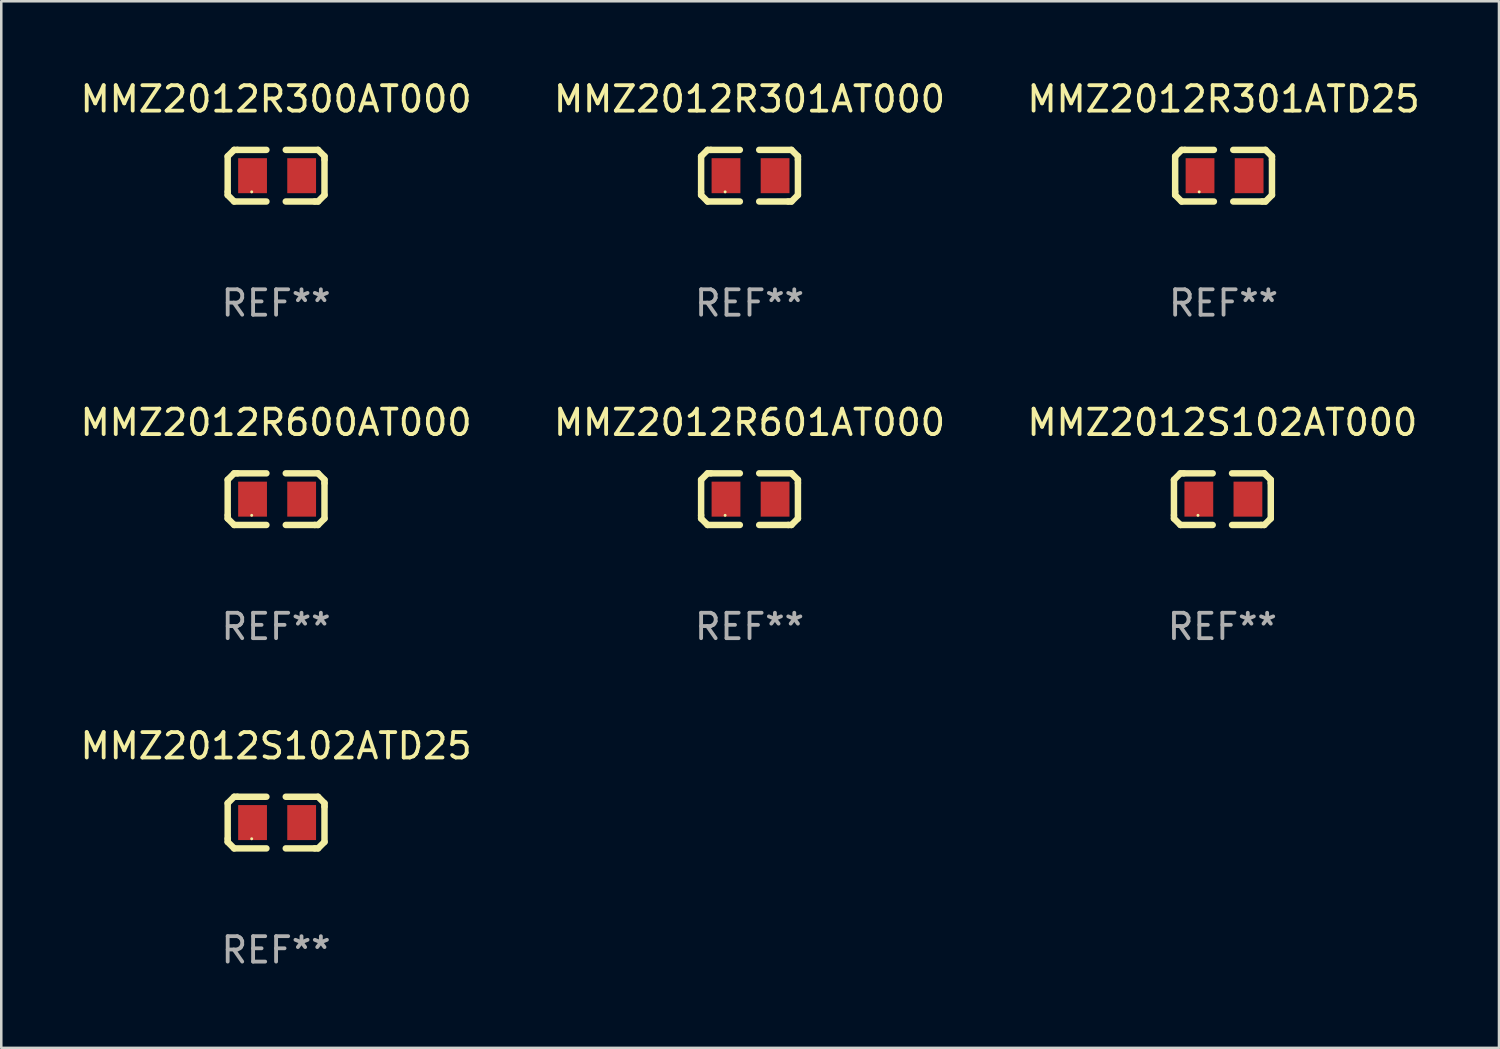
<source format=kicad_pcb>
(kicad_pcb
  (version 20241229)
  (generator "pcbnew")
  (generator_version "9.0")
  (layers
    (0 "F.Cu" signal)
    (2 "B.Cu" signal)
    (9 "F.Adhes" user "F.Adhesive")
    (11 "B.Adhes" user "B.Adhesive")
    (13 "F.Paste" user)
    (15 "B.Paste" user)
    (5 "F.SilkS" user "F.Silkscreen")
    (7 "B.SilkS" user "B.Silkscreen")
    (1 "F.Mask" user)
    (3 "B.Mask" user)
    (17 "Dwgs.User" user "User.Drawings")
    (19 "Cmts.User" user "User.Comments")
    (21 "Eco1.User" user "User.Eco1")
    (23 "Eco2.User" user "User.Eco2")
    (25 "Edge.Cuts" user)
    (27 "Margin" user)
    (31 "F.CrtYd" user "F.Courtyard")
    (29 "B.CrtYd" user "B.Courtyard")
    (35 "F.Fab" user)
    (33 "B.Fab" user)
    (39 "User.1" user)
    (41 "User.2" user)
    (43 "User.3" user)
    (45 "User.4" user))
  (footprint "MMZ2012S102ATD25"
    (layer "F.Cu")
    (at 7.815 29.321)
    (property "Reference" "MMZ2012S102ATD25" (at 0 -3.016 0) (layer "F.SilkS") (effects (font (size 1 1) (thickness 0.15))))
    (attr through_hole)
    (fp_line (start -1.905 -0.762) (end -1.905 0.635) (stroke (width 0.254) (type solid)) (layer "F.SilkS"))
    (fp_line (start -1.905 0.635) (end -1.905 0.762) (stroke (width 0.254) (type solid)) (layer "F.SilkS"))
    (fp_line (start -1.905 0.762) (end -1.651 1.016) (stroke (width 0.254) (type solid)) (layer "F.SilkS"))
    (fp_line (start -1.651 -1.016) (end -1.905 -0.762) (stroke (width 0.254) (type solid)) (layer "F.SilkS"))
    (fp_line (start -1.651 1.016) (end -0.381 1.016) (stroke (width 0.254) (type solid)) (layer "F.SilkS"))
    (fp_line (start -1.524 -1.016) (end -1.651 -1.016) (stroke (width 0.254) (type solid)) (layer "F.SilkS"))
    (fp_line (start -0.381 -1.016) (end -1.524 -1.016) (stroke (width 0.254) (type solid)) (layer "F.SilkS"))
    (fp_line (start 0.381 1.016) (end 1.524 1.016) (stroke (width 0.254) (type solid)) (layer "F.SilkS"))
    (fp_line (start 1.524 1.016) (end 1.651 1.016) (stroke (width 0.254) (type solid)) (layer "F.SilkS"))
    (fp_line (start 1.651 -1.016) (end 0.381 -1.016) (stroke (width 0.254) (type solid)) (layer "F.SilkS"))
    (fp_line (start 1.651 1.016) (end 1.905 0.762) (stroke (width 0.254) (type solid)) (layer "F.SilkS"))
    (fp_line (start 1.905 -0.762) (end 1.651 -1.016) (stroke (width 0.254) (type solid)) (layer "F.SilkS"))
    (fp_line (start 1.905 -0.635) (end 1.905 -0.762) (stroke (width 0.254) (type solid)) (layer "F.SilkS"))
    (fp_line (start 1.905 0.762) (end 1.905 -0.635) (stroke (width 0.254) (type solid)) (layer "F.SilkS"))
    (fp_circle (center -0.96 0.637) (end -0.93 0.637) (stroke (width 0.06) (type solid)) (fill no) (layer "F.SilkS"))
    (fp_text user "REF**" (at 0 5.016 0) (layer "F.Fab") (effects (font (size 1 1) (thickness 0.15))))
    (pad "1" smd rect (at -0.926 -0.000051) (size 1.133 1.377) (layers "F.Cu" "F.Mask" "F.Paste"))
    (pad "2" smd rect (at 1.006 -0.000051) (size 1.133 1.377) (layers "F.Cu" "F.Mask" "F.Paste")))
  (footprint "MMZ2012R301ATD25"
    (layer "F.Cu")
    (at 45.101 3.864)
    (property "Reference" "MMZ2012R301ATD25" (at 0 -3.016 0) (layer "F.SilkS") (effects (font (size 1 1) (thickness 0.15))))
    (attr through_hole)
    (fp_line (start -1.905 -0.762) (end -1.905 0.635) (stroke (width 0.254) (type solid)) (layer "F.SilkS"))
    (fp_line (start -1.905 0.635) (end -1.905 0.762) (stroke (width 0.254) (type solid)) (layer "F.SilkS"))
    (fp_line (start -1.905 0.762) (end -1.651 1.016) (stroke (width 0.254) (type solid)) (layer "F.SilkS"))
    (fp_line (start -1.651 -1.016) (end -1.905 -0.762) (stroke (width 0.254) (type solid)) (layer "F.SilkS"))
    (fp_line (start -1.651 1.016) (end -0.381 1.016) (stroke (width 0.254) (type solid)) (layer "F.SilkS"))
    (fp_line (start -1.524 -1.016) (end -1.651 -1.016) (stroke (width 0.254) (type solid)) (layer "F.SilkS"))
    (fp_line (start -0.381 -1.016) (end -1.524 -1.016) (stroke (width 0.254) (type solid)) (layer "F.SilkS"))
    (fp_line (start 0.381 1.016) (end 1.524 1.016) (stroke (width 0.254) (type solid)) (layer "F.SilkS"))
    (fp_line (start 1.524 1.016) (end 1.651 1.016) (stroke (width 0.254) (type solid)) (layer "F.SilkS"))
    (fp_line (start 1.651 -1.016) (end 0.381 -1.016) (stroke (width 0.254) (type solid)) (layer "F.SilkS"))
    (fp_line (start 1.651 1.016) (end 1.905 0.762) (stroke (width 0.254) (type solid)) (layer "F.SilkS"))
    (fp_line (start 1.905 -0.762) (end 1.651 -1.016) (stroke (width 0.254) (type solid)) (layer "F.SilkS"))
    (fp_line (start 1.905 -0.635) (end 1.905 -0.762) (stroke (width 0.254) (type solid)) (layer "F.SilkS"))
    (fp_line (start 1.905 0.762) (end 1.905 -0.635) (stroke (width 0.254) (type solid)) (layer "F.SilkS"))
    (fp_circle (center -0.96 0.637) (end -0.93 0.637) (stroke (width 0.06) (type solid)) (fill no) (layer "F.SilkS"))
    (fp_text user "REF**" (at 0 5.016 0) (layer "F.Fab") (effects (font (size 1 1) (thickness 0.15))))
    (pad "1" smd rect (at -0.926 -0.000051) (size 1.133 1.377) (layers "F.Cu" "F.Mask" "F.Paste"))
    (pad "2" smd rect (at 1.006 -0.000051) (size 1.133 1.377) (layers "F.Cu" "F.Mask" "F.Paste")))
  (footprint "MMZ2012R301AT000"
    (layer "F.Cu")
    (at 26.446 3.864)
    (property "Reference" "MMZ2012R301AT000" (at 0 -3.016 0) (layer "F.SilkS") (effects (font (size 1 1) (thickness 0.15))))
    (attr through_hole)
    (fp_line (start -1.905 -0.762) (end -1.905 0.635) (stroke (width 0.254) (type solid)) (layer "F.SilkS"))
    (fp_line (start -1.905 0.635) (end -1.905 0.762) (stroke (width 0.254) (type solid)) (layer "F.SilkS"))
    (fp_line (start -1.905 0.762) (end -1.651 1.016) (stroke (width 0.254) (type solid)) (layer "F.SilkS"))
    (fp_line (start -1.651 -1.016) (end -1.905 -0.762) (stroke (width 0.254) (type solid)) (layer "F.SilkS"))
    (fp_line (start -1.651 1.016) (end -0.381 1.016) (stroke (width 0.254) (type solid)) (layer "F.SilkS"))
    (fp_line (start -1.524 -1.016) (end -1.651 -1.016) (stroke (width 0.254) (type solid)) (layer "F.SilkS"))
    (fp_line (start -0.381 -1.016) (end -1.524 -1.016) (stroke (width 0.254) (type solid)) (layer "F.SilkS"))
    (fp_line (start 0.381 1.016) (end 1.524 1.016) (stroke (width 0.254) (type solid)) (layer "F.SilkS"))
    (fp_line (start 1.524 1.016) (end 1.651 1.016) (stroke (width 0.254) (type solid)) (layer "F.SilkS"))
    (fp_line (start 1.651 -1.016) (end 0.381 -1.016) (stroke (width 0.254) (type solid)) (layer "F.SilkS"))
    (fp_line (start 1.651 1.016) (end 1.905 0.762) (stroke (width 0.254) (type solid)) (layer "F.SilkS"))
    (fp_line (start 1.905 -0.762) (end 1.651 -1.016) (stroke (width 0.254) (type solid)) (layer "F.SilkS"))
    (fp_line (start 1.905 -0.635) (end 1.905 -0.762) (stroke (width 0.254) (type solid)) (layer "F.SilkS"))
    (fp_line (start 1.905 0.762) (end 1.905 -0.635) (stroke (width 0.254) (type solid)) (layer "F.SilkS"))
    (fp_circle (center -0.96 0.637) (end -0.93 0.637) (stroke (width 0.06) (type solid)) (fill no) (layer "F.SilkS"))
    (fp_text user "REF**" (at 0 5.016 0) (layer "F.Fab") (effects (font (size 1 1) (thickness 0.15))))
    (pad "1" smd rect (at -0.926 -0.000051) (size 1.133 1.377) (layers "F.Cu" "F.Mask" "F.Paste"))
    (pad "2" smd rect (at 1.006 -0.000051) (size 1.133 1.377) (layers "F.Cu" "F.Mask" "F.Paste")))
  (footprint "MMZ2012S102AT000"
    (layer "F.Cu")
    (at 45.054 16.593)
    (property "Reference" "MMZ2012S102AT000" (at 0 -3.016 0) (layer "F.SilkS") (effects (font (size 1 1) (thickness 0.15))))
    (attr through_hole)
    (fp_line (start -1.905 -0.762) (end -1.905 0.635) (stroke (width 0.254) (type solid)) (layer "F.SilkS"))
    (fp_line (start -1.905 0.635) (end -1.905 0.762) (stroke (width 0.254) (type solid)) (layer "F.SilkS"))
    (fp_line (start -1.905 0.762) (end -1.651 1.016) (stroke (width 0.254) (type solid)) (layer "F.SilkS"))
    (fp_line (start -1.651 -1.016) (end -1.905 -0.762) (stroke (width 0.254) (type solid)) (layer "F.SilkS"))
    (fp_line (start -1.651 1.016) (end -0.381 1.016) (stroke (width 0.254) (type solid)) (layer "F.SilkS"))
    (fp_line (start -1.524 -1.016) (end -1.651 -1.016) (stroke (width 0.254) (type solid)) (layer "F.SilkS"))
    (fp_line (start -0.381 -1.016) (end -1.524 -1.016) (stroke (width 0.254) (type solid)) (layer "F.SilkS"))
    (fp_line (start 0.381 1.016) (end 1.524 1.016) (stroke (width 0.254) (type solid)) (layer "F.SilkS"))
    (fp_line (start 1.524 1.016) (end 1.651 1.016) (stroke (width 0.254) (type solid)) (layer "F.SilkS"))
    (fp_line (start 1.651 -1.016) (end 0.381 -1.016) (stroke (width 0.254) (type solid)) (layer "F.SilkS"))
    (fp_line (start 1.651 1.016) (end 1.905 0.762) (stroke (width 0.254) (type solid)) (layer "F.SilkS"))
    (fp_line (start 1.905 -0.762) (end 1.651 -1.016) (stroke (width 0.254) (type solid)) (layer "F.SilkS"))
    (fp_line (start 1.905 -0.635) (end 1.905 -0.762) (stroke (width 0.254) (type solid)) (layer "F.SilkS"))
    (fp_line (start 1.905 0.762) (end 1.905 -0.635) (stroke (width 0.254) (type solid)) (layer "F.SilkS"))
    (fp_circle (center -0.96 0.637) (end -0.93 0.637) (stroke (width 0.06) (type solid)) (fill no) (layer "F.SilkS"))
    (fp_text user "REF**" (at 0 5.016 0) (layer "F.Fab") (effects (font (size 1 1) (thickness 0.15))))
    (pad "1" smd rect (at -0.926 -0.000051) (size 1.133 1.377) (layers "F.Cu" "F.Mask" "F.Paste"))
    (pad "2" smd rect (at 1.006 -0.000051) (size 1.133 1.377) (layers "F.Cu" "F.Mask" "F.Paste")))
  (footprint "MMZ2012R600AT000"
    (layer "F.Cu")
    (at 7.815 16.593)
    (property "Reference" "MMZ2012R600AT000" (at 0 -3.016 0) (layer "F.SilkS") (effects (font (size 1 1) (thickness 0.15))))
    (attr through_hole)
    (fp_line (start -1.905 -0.762) (end -1.905 0.635) (stroke (width 0.254) (type solid)) (layer "F.SilkS"))
    (fp_line (start -1.905 0.635) (end -1.905 0.762) (stroke (width 0.254) (type solid)) (layer "F.SilkS"))
    (fp_line (start -1.905 0.762) (end -1.651 1.016) (stroke (width 0.254) (type solid)) (layer "F.SilkS"))
    (fp_line (start -1.651 -1.016) (end -1.905 -0.762) (stroke (width 0.254) (type solid)) (layer "F.SilkS"))
    (fp_line (start -1.651 1.016) (end -0.381 1.016) (stroke (width 0.254) (type solid)) (layer "F.SilkS"))
    (fp_line (start -1.524 -1.016) (end -1.651 -1.016) (stroke (width 0.254) (type solid)) (layer "F.SilkS"))
    (fp_line (start -0.381 -1.016) (end -1.524 -1.016) (stroke (width 0.254) (type solid)) (layer "F.SilkS"))
    (fp_line (start 0.381 1.016) (end 1.524 1.016) (stroke (width 0.254) (type solid)) (layer "F.SilkS"))
    (fp_line (start 1.524 1.016) (end 1.651 1.016) (stroke (width 0.254) (type solid)) (layer "F.SilkS"))
    (fp_line (start 1.651 -1.016) (end 0.381 -1.016) (stroke (width 0.254) (type solid)) (layer "F.SilkS"))
    (fp_line (start 1.651 1.016) (end 1.905 0.762) (stroke (width 0.254) (type solid)) (layer "F.SilkS"))
    (fp_line (start 1.905 -0.762) (end 1.651 -1.016) (stroke (width 0.254) (type solid)) (layer "F.SilkS"))
    (fp_line (start 1.905 -0.635) (end 1.905 -0.762) (stroke (width 0.254) (type solid)) (layer "F.SilkS"))
    (fp_line (start 1.905 0.762) (end 1.905 -0.635) (stroke (width 0.254) (type solid)) (layer "F.SilkS"))
    (fp_circle (center -0.96 0.637) (end -0.93 0.637) (stroke (width 0.06) (type solid)) (fill no) (layer "F.SilkS"))
    (fp_text user "REF**" (at 0 5.016 0) (layer "F.Fab") (effects (font (size 1 1) (thickness 0.15))))
    (pad "1" smd rect (at -0.926 -0.000051) (size 1.133 1.377) (layers "F.Cu" "F.Mask" "F.Paste"))
    (pad "2" smd rect (at 1.006 -0.000051) (size 1.133 1.377) (layers "F.Cu" "F.Mask" "F.Paste")))
  (footprint "MMZ2012R601AT000"
    (layer "F.Cu")
    (at 26.446 16.593)
    (property "Reference" "MMZ2012R601AT000" (at 0 -3.016 0) (layer "F.SilkS") (effects (font (size 1 1) (thickness 0.15))))
    (attr through_hole)
    (fp_line (start -1.905 -0.762) (end -1.905 0.635) (stroke (width 0.254) (type solid)) (layer "F.SilkS"))
    (fp_line (start -1.905 0.635) (end -1.905 0.762) (stroke (width 0.254) (type solid)) (layer "F.SilkS"))
    (fp_line (start -1.905 0.762) (end -1.651 1.016) (stroke (width 0.254) (type solid)) (layer "F.SilkS"))
    (fp_line (start -1.651 -1.016) (end -1.905 -0.762) (stroke (width 0.254) (type solid)) (layer "F.SilkS"))
    (fp_line (start -1.651 1.016) (end -0.381 1.016) (stroke (width 0.254) (type solid)) (layer "F.SilkS"))
    (fp_line (start -1.524 -1.016) (end -1.651 -1.016) (stroke (width 0.254) (type solid)) (layer "F.SilkS"))
    (fp_line (start -0.381 -1.016) (end -1.524 -1.016) (stroke (width 0.254) (type solid)) (layer "F.SilkS"))
    (fp_line (start 0.381 1.016) (end 1.524 1.016) (stroke (width 0.254) (type solid)) (layer "F.SilkS"))
    (fp_line (start 1.524 1.016) (end 1.651 1.016) (stroke (width 0.254) (type solid)) (layer "F.SilkS"))
    (fp_line (start 1.651 -1.016) (end 0.381 -1.016) (stroke (width 0.254) (type solid)) (layer "F.SilkS"))
    (fp_line (start 1.651 1.016) (end 1.905 0.762) (stroke (width 0.254) (type solid)) (layer "F.SilkS"))
    (fp_line (start 1.905 -0.762) (end 1.651 -1.016) (stroke (width 0.254) (type solid)) (layer "F.SilkS"))
    (fp_line (start 1.905 -0.635) (end 1.905 -0.762) (stroke (width 0.254) (type solid)) (layer "F.SilkS"))
    (fp_line (start 1.905 0.762) (end 1.905 -0.635) (stroke (width 0.254) (type solid)) (layer "F.SilkS"))
    (fp_circle (center -0.96 0.637) (end -0.93 0.637) (stroke (width 0.06) (type solid)) (fill no) (layer "F.SilkS"))
    (fp_text user "REF**" (at 0 5.016 0) (layer "F.Fab") (effects (font (size 1 1) (thickness 0.15))))
    (pad "1" smd rect (at -0.926 -0.000051) (size 1.133 1.377) (layers "F.Cu" "F.Mask" "F.Paste"))
    (pad "2" smd rect (at 1.006 -0.000051) (size 1.133 1.377) (layers "F.Cu" "F.Mask" "F.Paste")))
  (footprint "MMZ2012R300AT000"
    (layer "F.Cu")
    (at 7.815 3.864)
    (property "Reference" "MMZ2012R300AT000" (at 0 -3.016 0) (layer "F.SilkS") (effects (font (size 1 1) (thickness 0.15))))
    (attr through_hole)
    (fp_line (start -1.905 -0.762) (end -1.905 0.635) (stroke (width 0.254) (type solid)) (layer "F.SilkS"))
    (fp_line (start -1.905 0.635) (end -1.905 0.762) (stroke (width 0.254) (type solid)) (layer "F.SilkS"))
    (fp_line (start -1.905 0.762) (end -1.651 1.016) (stroke (width 0.254) (type solid)) (layer "F.SilkS"))
    (fp_line (start -1.651 -1.016) (end -1.905 -0.762) (stroke (width 0.254) (type solid)) (layer "F.SilkS"))
    (fp_line (start -1.651 1.016) (end -0.381 1.016) (stroke (width 0.254) (type solid)) (layer "F.SilkS"))
    (fp_line (start -1.524 -1.016) (end -1.651 -1.016) (stroke (width 0.254) (type solid)) (layer "F.SilkS"))
    (fp_line (start -0.381 -1.016) (end -1.524 -1.016) (stroke (width 0.254) (type solid)) (layer "F.SilkS"))
    (fp_line (start 0.381 1.016) (end 1.524 1.016) (stroke (width 0.254) (type solid)) (layer "F.SilkS"))
    (fp_line (start 1.524 1.016) (end 1.651 1.016) (stroke (width 0.254) (type solid)) (layer "F.SilkS"))
    (fp_line (start 1.651 -1.016) (end 0.381 -1.016) (stroke (width 0.254) (type solid)) (layer "F.SilkS"))
    (fp_line (start 1.651 1.016) (end 1.905 0.762) (stroke (width 0.254) (type solid)) (layer "F.SilkS"))
    (fp_line (start 1.905 -0.762) (end 1.651 -1.016) (stroke (width 0.254) (type solid)) (layer "F.SilkS"))
    (fp_line (start 1.905 -0.635) (end 1.905 -0.762) (stroke (width 0.254) (type solid)) (layer "F.SilkS"))
    (fp_line (start 1.905 0.762) (end 1.905 -0.635) (stroke (width 0.254) (type solid)) (layer "F.SilkS"))
    (fp_circle (center -0.96 0.637) (end -0.93 0.637) (stroke (width 0.06) (type solid)) (fill no) (layer "F.SilkS"))
    (fp_text user "REF**" (at 0 5.016 0) (layer "F.Fab") (effects (font (size 1 1) (thickness 0.15))))
    (pad "1" smd rect (at -0.926 -0.000051) (size 1.133 1.377) (layers "F.Cu" "F.Mask" "F.Paste"))
    (pad "2" smd rect (at 1.006 -0.000051) (size 1.133 1.377) (layers "F.Cu" "F.Mask" "F.Paste")))
  (gr_rect
    (start -3 -3)
    (end 55.94 38.186)
    (stroke (width 0.1) (type default))
    (fill no)
    (layer "Edge.Cuts")))
</source>
